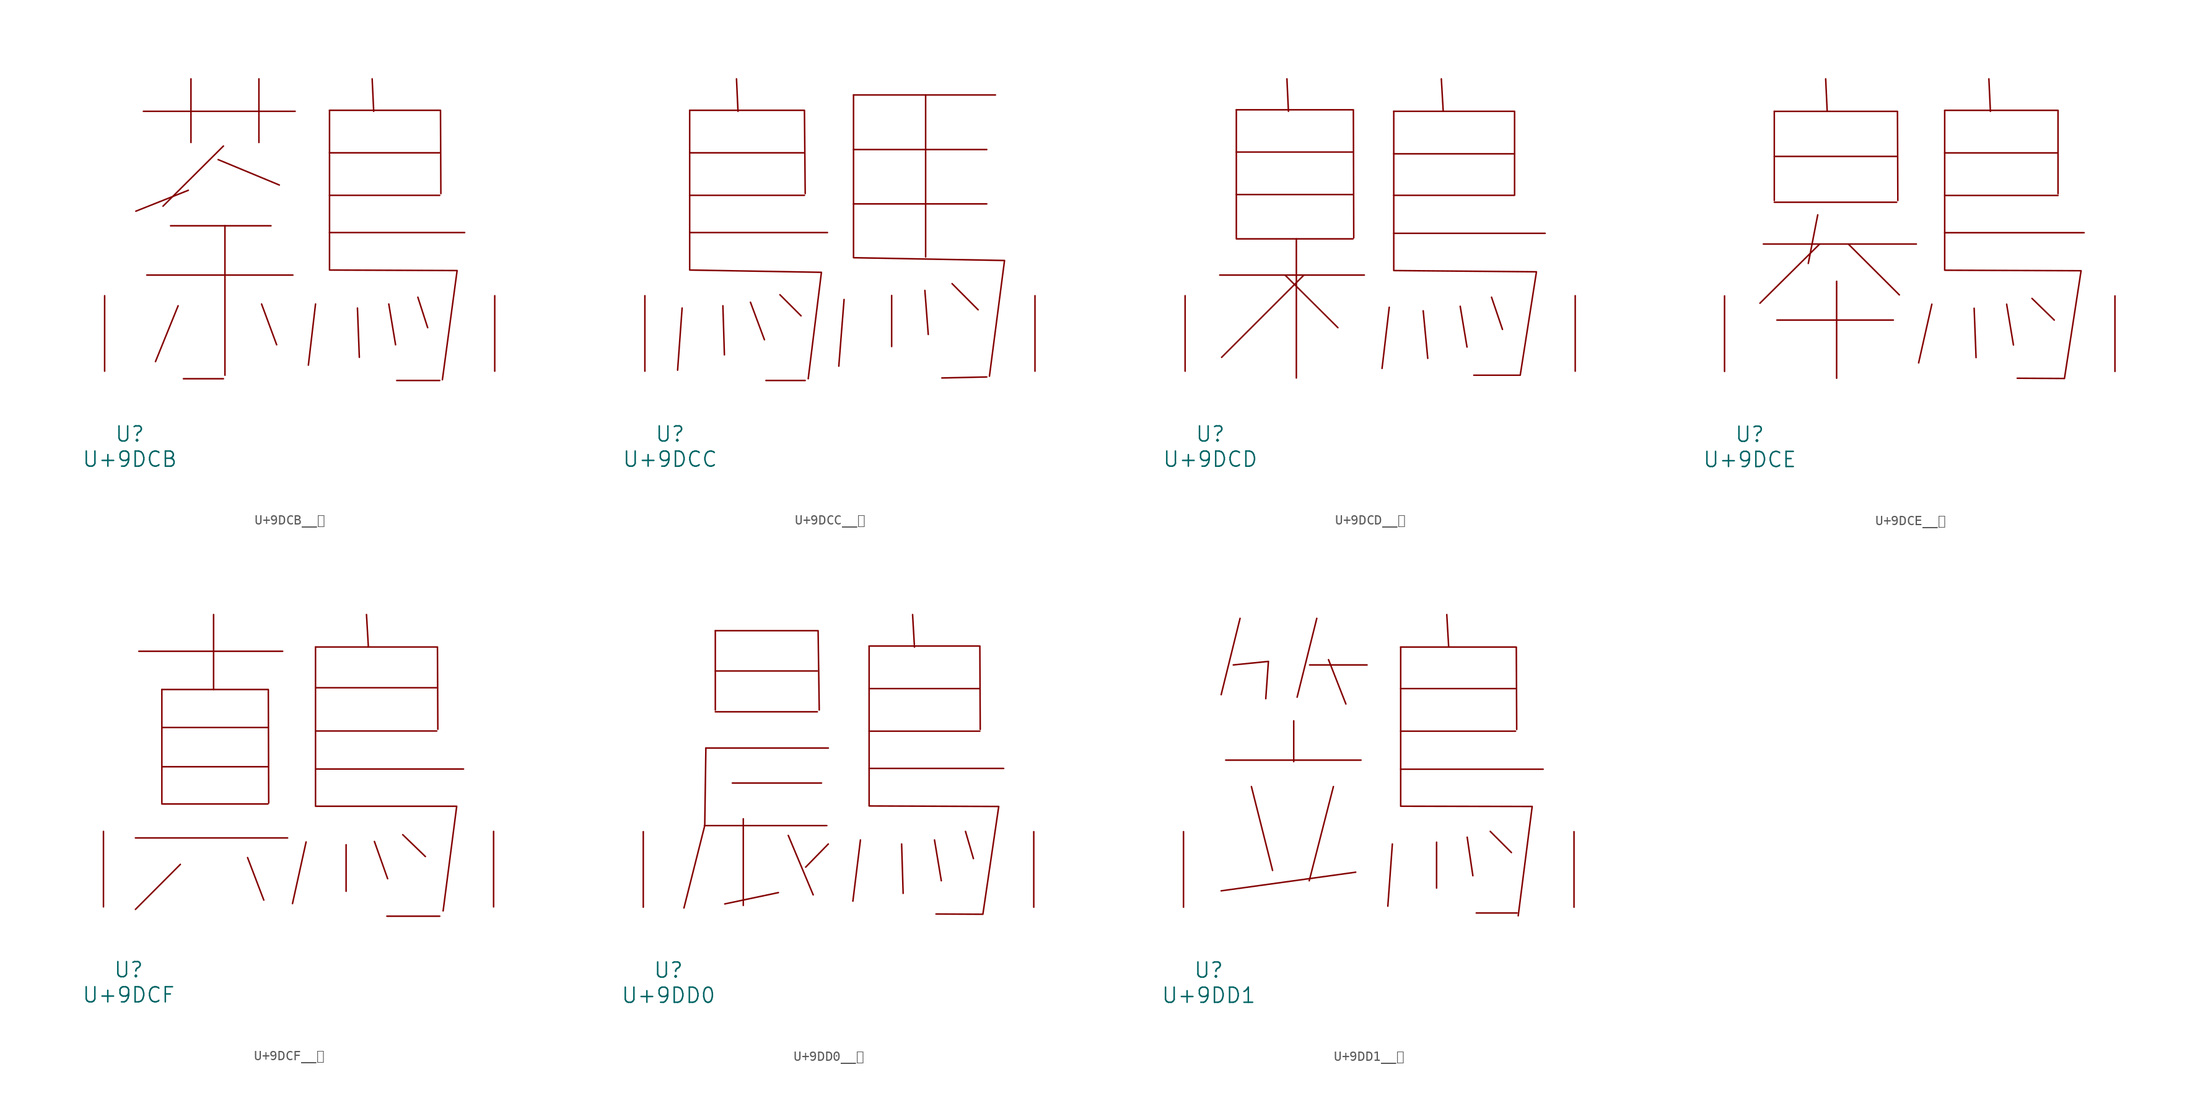
<source format=kicad_sym>
(kicad_symbol_lib
  (version 20231120)
  (generator "kicad_symbol_editor")
  (generator_version "8.0")
  (symbol "U+9DCB__鷋"
    (pin_names
      (offset 1.016))
    (property "Reference" "U"
      (at 0 -6.35 0)
      (effects (font (size 1.524 1.524))))
    (property "Value" "U+9DCB"
      (at 0 -8.89 0)
      (effects (font (size 1.524 1.524))))
    (symbol "U+9DCB__鷋_0_1"
      (polyline (pts (xy 1.372 26.238) (xy 16.688 26.238)) (stroke (width 0) (type solid)) (fill (type none)))
      (polyline (pts (xy 1.714 9.703) (xy 16.459 9.703)) (stroke (width 0) (type solid)) (fill (type none)))
      (polyline (pts (xy 4.115 14.681) (xy 14.249 14.681)) (stroke (width 0) (type solid)) (fill (type none)))
      (polyline (pts (xy 4.877 6.604) (xy 2.591 0.965)) (stroke (width 0) (type solid)) (fill (type none)))
      (polyline (pts (xy 5.41 -0.762) (xy 9.449 -0.762)) (stroke (width 0) (type solid)) (fill (type none)))
      (polyline (pts (xy 5.905 18.263) (xy 0.61 16.154)) (stroke (width 0) (type solid)) (fill (type none)))
      (polyline (pts (xy 6.172 29.515) (xy 6.172 23.089)) (stroke (width 0) (type solid)) (fill (type none)))
      (polyline (pts (xy 8.915 21.361) (xy 15.088 18.796)) (stroke (width 0) (type solid)) (fill (type none)))
      (polyline (pts (xy 9.449 22.733) (xy 3.353 16.662)) (stroke (width 0) (type solid)) (fill (type none)))
      (polyline (pts (xy 9.601 14.681) (xy 9.601 -0.406)) (stroke (width 0) (type solid)) (fill (type none)))
      (polyline (pts (xy 13.03 29.515) (xy 13.03 23.089)) (stroke (width 0) (type solid)) (fill (type none)))
      (polyline (pts (xy 13.297 6.782) (xy 14.821 2.667)) (stroke (width 0) (type solid)) (fill (type none)))
      (polyline (pts (xy 18.745 6.782) (xy 18.021 0.61)) (stroke (width 0) (type solid)) (fill (type none)))
      (polyline (pts (xy 20.155 13.995) (xy 33.795 13.995)) (stroke (width 0) (type solid)) (fill (type none)))
      (polyline (pts (xy 20.155 17.755) (xy 31.28 17.755)) (stroke (width 0) (type solid)) (fill (type none)))
      (polyline (pts (xy 20.155 22.047) (xy 31.28 22.047)) (stroke (width 0) (type solid)) (fill (type none)))
      (polyline (pts (xy 22.974 6.375) (xy 23.165 1.397)) (stroke (width 0) (type solid)) (fill (type none)))
      (polyline (pts (xy 24.46 29.515) (xy 24.613 26.238)) (stroke (width 0) (type solid)) (fill (type none)))
      (polyline (pts (xy 26.137 6.782) (xy 26.822 2.667)) (stroke (width 0) (type solid)) (fill (type none)))
      (polyline (pts (xy 26.937 -0.94) (xy 31.28 -0.94)) (stroke (width 0) (type solid)) (fill (type none)))
      (polyline (pts (xy 29.07 7.468) (xy 30.061 4.394)) (stroke (width 0) (type solid)) (fill (type none)))
      (polyline (pts (xy 20.155 26.34) (xy 31.356 26.34) (xy 31.394 17.932)) (stroke (width 0) (type solid)) (fill (type none)))
      (polyline (pts (xy 20.155 26.34) (xy 20.155 10.211) (xy 33.033 10.16) (xy 31.547 -0.864)) (stroke (width 0) (type solid)) (fill (type none)))
      (pin input line (at -2.54 0 90) (length 7.62) (name "~" (effects (font (size 1.27 1.27)))) (number "~" (effects (font (size 1.27 1.27)))))
      (pin input line (at 36.83 0 90) (length 7.62) (name "~" (effects (font (size 1.27 1.27)))) (number "~" (effects (font (size 1.27 1.27)))))))
  (symbol "U+9DCC__鷌"
    (pin_names
      (offset 1.016))
    (property "Reference" "U"
      (at 0 -6.35 0)
      (effects (font (size 1.524 1.524))))
    (property "Value" "U+9DCC"
      (at 0 -8.89 0)
      (effects (font (size 1.524 1.524))))
    (symbol "U+9DCC__鷌_0_1"
      (polyline (pts (xy 1.219 6.375) (xy 0.762 0.102)) (stroke (width 0) (type solid)) (fill (type none)))
      (polyline (pts (xy 1.981 13.995) (xy 15.888 13.995)) (stroke (width 0) (type solid)) (fill (type none)))
      (polyline (pts (xy 1.981 17.755) (xy 13.564 17.755)) (stroke (width 0) (type solid)) (fill (type none)))
      (polyline (pts (xy 1.981 22.047) (xy 13.564 22.047)) (stroke (width 0) (type solid)) (fill (type none)))
      (polyline (pts (xy 5.334 6.604) (xy 5.486 1.651)) (stroke (width 0) (type solid)) (fill (type none)))
      (polyline (pts (xy 6.706 29.515) (xy 6.858 26.238)) (stroke (width 0) (type solid)) (fill (type none)))
      (polyline (pts (xy 8.115 6.96) (xy 9.525 3.175)) (stroke (width 0) (type solid)) (fill (type none)))
      (polyline (pts (xy 9.677 -0.94) (xy 13.64 -0.94)) (stroke (width 0) (type solid)) (fill (type none)))
      (polyline (pts (xy 11.087 7.722) (xy 13.221 5.588)) (stroke (width 0) (type solid)) (fill (type none)))
      (polyline (pts (xy 17.564 7.239) (xy 17.031 0.508)) (stroke (width 0) (type solid)) (fill (type none)))
      (polyline (pts (xy 18.517 16.891) (xy 31.966 16.891)) (stroke (width 0) (type solid)) (fill (type none)))
      (polyline (pts (xy 18.517 22.377) (xy 31.966 22.377)) (stroke (width 0) (type solid)) (fill (type none)))
      (polyline (pts (xy 18.517 27.889) (xy 32.842 27.889)) (stroke (width 0) (type solid)) (fill (type none)))
      (polyline (pts (xy 22.365 7.645) (xy 22.365 2.489)) (stroke (width 0) (type solid)) (fill (type none)))
      (polyline (pts (xy 25.718 8.153) (xy 26.06 3.708)) (stroke (width 0) (type solid)) (fill (type none)))
      (polyline (pts (xy 25.794 27.889) (xy 25.794 11.532)) (stroke (width 0) (type solid)) (fill (type none)))
      (polyline (pts (xy 28.461 8.839) (xy 31.09 6.198)) (stroke (width 0) (type solid)) (fill (type none)))
      (polyline (pts (xy 31.966 -0.584) (xy 27.432 -0.686)) (stroke (width 0) (type solid)) (fill (type none)))
      (polyline (pts (xy 1.981 26.34) (xy 13.564 26.34) (xy 13.64 17.932)) (stroke (width 0) (type solid)) (fill (type none)))
      (polyline (pts (xy 1.981 26.34) (xy 1.981 10.211) (xy 15.278 9.982) (xy 13.945 -0.762)) (stroke (width 0) (type solid)) (fill (type none)))
      (polyline (pts (xy 18.517 27.889) (xy 18.517 11.455) (xy 33.757 11.176) (xy 32.233 -0.508)) (stroke (width 0) (type solid)) (fill (type none)))
      (pin input line (at -2.54 0 90) (length 7.62) (name "~" (effects (font (size 1.27 1.27)))) (number "~" (effects (font (size 1.27 1.27)))))
      (pin input line (at 36.83 0 90) (length 7.62) (name "~" (effects (font (size 1.27 1.27)))) (number "~" (effects (font (size 1.27 1.27)))))))
  (symbol "U+9DCD__鷍"
    (pin_names
      (offset 1.016))
    (property "Reference" "U"
      (at 0 -6.35 0)
      (effects (font (size 1.524 1.524))))
    (property "Value" "U+9DCD"
      (at 0 -8.89 0)
      (effects (font (size 1.524 1.524))))
    (symbol "U+9DCD__鷍_0_1"
      (polyline (pts (xy 0.953 9.703) (xy 15.545 9.703)) (stroke (width 0) (type solid)) (fill (type none)))
      (polyline (pts (xy 2.629 13.36) (xy 14.402 13.36)) (stroke (width 0) (type solid)) (fill (type none)))
      (polyline (pts (xy 2.629 17.831) (xy 14.402 17.831)) (stroke (width 0) (type solid)) (fill (type none)))
      (polyline (pts (xy 2.629 22.123) (xy 14.402 22.123)) (stroke (width 0) (type solid)) (fill (type none)))
      (polyline (pts (xy 2.629 26.391) (xy 2.629 13.462)) (stroke (width 0) (type solid)) (fill (type none)))
      (polyline (pts (xy 7.544 9.703) (xy 12.878 4.394)) (stroke (width 0) (type solid)) (fill (type none)))
      (polyline (pts (xy 7.734 29.515) (xy 7.887 26.238)) (stroke (width 0) (type solid)) (fill (type none)))
      (polyline (pts (xy 8.687 13.36) (xy 8.687 -0.686)) (stroke (width 0) (type solid)) (fill (type none)))
      (polyline (pts (xy 9.449 9.703) (xy 1.143 1.397)) (stroke (width 0) (type solid)) (fill (type none)))
      (polyline (pts (xy 18.059 6.452) (xy 17.335 0.279)) (stroke (width 0) (type solid)) (fill (type none)))
      (polyline (pts (xy 18.517 13.919) (xy 33.795 13.919)) (stroke (width 0) (type solid)) (fill (type none)))
      (polyline (pts (xy 18.517 17.755) (xy 30.709 17.755)) (stroke (width 0) (type solid)) (fill (type none)))
      (polyline (pts (xy 18.517 21.946) (xy 30.709 21.946)) (stroke (width 0) (type solid)) (fill (type none)))
      (polyline (pts (xy 21.488 6.096) (xy 21.946 1.295)) (stroke (width 0) (type solid)) (fill (type none)))
      (polyline (pts (xy 23.317 29.515) (xy 23.508 26.238)) (stroke (width 0) (type solid)) (fill (type none)))
      (polyline (pts (xy 25.222 6.553) (xy 25.908 2.438)) (stroke (width 0) (type solid)) (fill (type none)))
      (polyline (pts (xy 28.384 7.468) (xy 29.489 4.216)) (stroke (width 0) (type solid)) (fill (type none)))
      (polyline (pts (xy 2.629 26.391) (xy 14.44 26.391) (xy 14.478 13.462)) (stroke (width 0) (type solid)) (fill (type none)))
      (polyline (pts (xy 18.517 26.238) (xy 30.709 26.238) (xy 30.709 17.831)) (stroke (width 0) (type solid)) (fill (type none)))
      (polyline (pts (xy 18.517 26.238) (xy 18.517 10.16) (xy 32.918 10.033) (xy 31.28 -0.406) (xy 26.594 -0.406)) (stroke (width 0) (type solid)) (fill (type none)))
      (pin input line (at -2.54 0 90) (length 7.62) (name "~" (effects (font (size 1.27 1.27)))) (number "~" (effects (font (size 1.27 1.27)))))
      (pin input line (at 36.83 0 90) (length 7.62) (name "~" (effects (font (size 1.27 1.27)))) (number "~" (effects (font (size 1.27 1.27)))))))
  (symbol "U+9DCE__鷎"
    (pin_names
      (offset 1.016))
    (property "Reference" "U"
      (at 0 -6.35 0)
      (effects (font (size 1.524 1.524))))
    (property "Value" "U+9DCE"
      (at 0 -8.89 0)
      (effects (font (size 1.524 1.524))))
    (symbol "U+9DCE__鷎_0_1"
      (polyline (pts (xy 1.372 12.852) (xy 16.802 12.852)) (stroke (width 0) (type solid)) (fill (type none)))
      (polyline (pts (xy 2.477 17.069) (xy 14.821 17.069)) (stroke (width 0) (type solid)) (fill (type none)))
      (polyline (pts (xy 2.477 21.692) (xy 14.821 21.692)) (stroke (width 0) (type solid)) (fill (type none)))
      (polyline (pts (xy 2.477 26.238) (xy 2.477 17.247)) (stroke (width 0) (type solid)) (fill (type none)))
      (polyline (pts (xy 2.743 5.182) (xy 14.478 5.182)) (stroke (width 0) (type solid)) (fill (type none)))
      (polyline (pts (xy 6.858 15.799) (xy 5.905 10.897)) (stroke (width 0) (type solid)) (fill (type none)))
      (polyline (pts (xy 7.048 12.852) (xy 1.029 6.883)) (stroke (width 0) (type solid)) (fill (type none)))
      (polyline (pts (xy 7.658 29.515) (xy 7.811 26.238)) (stroke (width 0) (type solid)) (fill (type none)))
      (polyline (pts (xy 8.763 9.093) (xy 8.763 -0.686)) (stroke (width 0) (type solid)) (fill (type none)))
      (polyline (pts (xy 9.944 12.852) (xy 15.088 7.722)) (stroke (width 0) (type solid)) (fill (type none)))
      (polyline (pts (xy 18.364 6.782) (xy 17.031 0.864)) (stroke (width 0) (type solid)) (fill (type none)))
      (polyline (pts (xy 19.66 13.995) (xy 33.718 13.995)) (stroke (width 0) (type solid)) (fill (type none)))
      (polyline (pts (xy 19.66 17.755) (xy 31.09 17.755)) (stroke (width 0) (type solid)) (fill (type none)))
      (polyline (pts (xy 19.66 22.047) (xy 31.09 22.047)) (stroke (width 0) (type solid)) (fill (type none)))
      (polyline (pts (xy 22.631 6.375) (xy 22.822 1.397)) (stroke (width 0) (type solid)) (fill (type none)))
      (polyline (pts (xy 24.117 29.515) (xy 24.27 26.238)) (stroke (width 0) (type solid)) (fill (type none)))
      (polyline (pts (xy 25.908 6.782) (xy 26.594 2.667)) (stroke (width 0) (type solid)) (fill (type none)))
      (polyline (pts (xy 28.461 7.366) (xy 30.709 5.182)) (stroke (width 0) (type solid)) (fill (type none)))
      (polyline (pts (xy 2.477 26.238) (xy 14.897 26.238) (xy 14.935 17.247)) (stroke (width 0) (type solid)) (fill (type none)))
      (polyline (pts (xy 19.66 26.34) (xy 31.09 26.34) (xy 31.09 17.932)) (stroke (width 0) (type solid)) (fill (type none)))
      (polyline (pts (xy 19.66 26.34) (xy 19.66 10.211) (xy 33.414 10.16) (xy 31.737 -0.711) (xy 26.975 -0.686)) (stroke (width 0) (type solid)) (fill (type none)))
      (pin input line (at -2.54 0 90) (length 7.62) (name "~" (effects (font (size 1.27 1.27)))) (number "~" (effects (font (size 1.27 1.27)))))
      (pin input line (at 36.83 0 90) (length 7.62) (name "~" (effects (font (size 1.27 1.27)))) (number "~" (effects (font (size 1.27 1.27)))))))
  (symbol "U+9DCF__鷏"
    (pin_names
      (offset 1.016))
    (property "Reference" "U"
      (at 0 -6.35 0)
      (effects (font (size 1.524 1.524))))
    (property "Value" "U+9DCF"
      (at 0 -8.89 0)
      (effects (font (size 1.524 1.524))))
    (symbol "U+9DCF__鷏_0_1"
      (polyline (pts (xy 0.686 6.96) (xy 16.04 6.96)) (stroke (width 0) (type solid)) (fill (type none)))
      (polyline (pts (xy 1.029 25.806) (xy 15.545 25.806)) (stroke (width 0) (type solid)) (fill (type none)))
      (polyline (pts (xy 3.353 10.389) (xy 14.059 10.389)) (stroke (width 0) (type solid)) (fill (type none)))
      (polyline (pts (xy 3.353 14.148) (xy 14.059 14.148)) (stroke (width 0) (type solid)) (fill (type none)))
      (polyline (pts (xy 3.353 18.11) (xy 14.059 18.11)) (stroke (width 0) (type solid)) (fill (type none)))
      (polyline (pts (xy 3.353 21.946) (xy 3.353 10.49)) (stroke (width 0) (type solid)) (fill (type none)))
      (polyline (pts (xy 5.22 4.293) (xy 0.686 -0.254)) (stroke (width 0) (type solid)) (fill (type none)))
      (polyline (pts (xy 8.572 29.515) (xy 8.572 21.946)) (stroke (width 0) (type solid)) (fill (type none)))
      (polyline (pts (xy 12.002 4.978) (xy 13.64 0.686)) (stroke (width 0) (type solid)) (fill (type none)))
      (polyline (pts (xy 17.907 6.553) (xy 16.535 0.33)) (stroke (width 0) (type solid)) (fill (type none)))
      (polyline (pts (xy 18.86 13.919) (xy 33.795 13.919)) (stroke (width 0) (type solid)) (fill (type none)))
      (polyline (pts (xy 18.86 17.755) (xy 31.09 17.755)) (stroke (width 0) (type solid)) (fill (type none)))
      (polyline (pts (xy 18.86 22.123) (xy 31.09 22.123)) (stroke (width 0) (type solid)) (fill (type none)))
      (polyline (pts (xy 21.946 6.274) (xy 21.946 1.575)) (stroke (width 0) (type solid)) (fill (type none)))
      (polyline (pts (xy 24.003 29.515) (xy 24.194 26.238)) (stroke (width 0) (type solid)) (fill (type none)))
      (polyline (pts (xy 24.803 6.604) (xy 26.137 2.845)) (stroke (width 0) (type solid)) (fill (type none)))
      (polyline (pts (xy 26.06 -0.94) (xy 31.394 -0.94)) (stroke (width 0) (type solid)) (fill (type none)))
      (polyline (pts (xy 27.661 7.29) (xy 29.947 5.08)) (stroke (width 0) (type solid)) (fill (type none)))
      (polyline (pts (xy 3.353 21.946) (xy 14.097 21.946) (xy 14.135 10.49)) (stroke (width 0) (type solid)) (fill (type none)))
      (polyline (pts (xy 18.86 26.238) (xy 31.166 26.238) (xy 31.204 17.932)) (stroke (width 0) (type solid)) (fill (type none)))
      (polyline (pts (xy 18.86 26.238) (xy 18.86 10.16) (xy 33.109 10.16) (xy 31.737 -0.406)) (stroke (width 0) (type solid)) (fill (type none)))
      (pin input line (at -2.54 0 90) (length 7.62) (name "~" (effects (font (size 1.27 1.27)))) (number "~" (effects (font (size 1.27 1.27)))))
      (pin input line (at 36.83 0 90) (length 7.62) (name "~" (effects (font (size 1.27 1.27)))) (number "~" (effects (font (size 1.27 1.27)))))))
  (symbol "U+9DD0__鷐"
    (pin_names
      (offset 1.016))
    (property "Reference" "U"
      (at 0 -6.35 0)
      (effects (font (size 1.524 1.524))))
    (property "Value" "U+9DD0"
      (at 0 -8.89 0)
      (effects (font (size 1.524 1.524))))
    (symbol "U+9DD0__鷐_0_1"
      (polyline (pts (xy 3.619 8.23) (xy 15.964 8.23)) (stroke (width 0) (type solid)) (fill (type none)))
      (polyline (pts (xy 3.772 16.053) (xy 16.116 16.053)) (stroke (width 0) (type solid)) (fill (type none)))
      (polyline (pts (xy 4.724 19.71) (xy 15.011 19.71)) (stroke (width 0) (type solid)) (fill (type none)))
      (polyline (pts (xy 4.724 23.825) (xy 15.011 23.825)) (stroke (width 0) (type solid)) (fill (type none)))
      (polyline (pts (xy 4.724 27.889) (xy 4.724 19.888)) (stroke (width 0) (type solid)) (fill (type none)))
      (polyline (pts (xy 6.439 12.522) (xy 15.431 12.522)) (stroke (width 0) (type solid)) (fill (type none)))
      (polyline (pts (xy 7.544 8.915) (xy 7.544 0.178)) (stroke (width 0) (type solid)) (fill (type none)))
      (polyline (pts (xy 11.087 1.473) (xy 5.677 0.33)) (stroke (width 0) (type solid)) (fill (type none)))
      (polyline (pts (xy 12.078 7.239) (xy 14.592 1.245)) (stroke (width 0) (type solid)) (fill (type none)))
      (polyline (pts (xy 16.116 6.375) (xy 13.83 4.039)) (stroke (width 0) (type solid)) (fill (type none)))
      (polyline (pts (xy 19.355 6.782) (xy 18.593 0.61)) (stroke (width 0) (type solid)) (fill (type none)))
      (polyline (pts (xy 20.231 13.995) (xy 33.795 13.995)) (stroke (width 0) (type solid)) (fill (type none)))
      (polyline (pts (xy 20.231 17.755) (xy 31.394 17.755)) (stroke (width 0) (type solid)) (fill (type none)))
      (polyline (pts (xy 20.231 22.047) (xy 31.394 22.047)) (stroke (width 0) (type solid)) (fill (type none)))
      (polyline (pts (xy 23.508 6.375) (xy 23.66 1.397)) (stroke (width 0) (type solid)) (fill (type none)))
      (polyline (pts (xy 24.613 29.515) (xy 24.803 26.238)) (stroke (width 0) (type solid)) (fill (type none)))
      (polyline (pts (xy 26.822 6.782) (xy 27.508 2.667)) (stroke (width 0) (type solid)) (fill (type none)))
      (polyline (pts (xy 29.947 7.645) (xy 30.747 4.902)) (stroke (width 0) (type solid)) (fill (type none)))
      (polyline (pts (xy 3.772 16.053) (xy 3.658 8.23) (xy 1.562 -0.076)) (stroke (width 0) (type solid)) (fill (type none)))
      (polyline (pts (xy 4.724 27.889) (xy 15.088 27.889) (xy 15.202 19.888)) (stroke (width 0) (type solid)) (fill (type none)))
      (polyline (pts (xy 20.231 26.34) (xy 31.394 26.34) (xy 31.433 17.932)) (stroke (width 0) (type solid)) (fill (type none)))
      (polyline (pts (xy 20.231 26.34) (xy 20.231 10.211) (xy 33.299 10.16) (xy 31.699 -0.711) (xy 26.975 -0.686)) (stroke (width 0) (type solid)) (fill (type none)))
      (pin input line (at -2.54 0 90) (length 7.62) (name "~" (effects (font (size 1.27 1.27)))) (number "~" (effects (font (size 1.27 1.27)))))
      (pin input line (at 36.83 0 90) (length 7.62) (name "~" (effects (font (size 1.27 1.27)))) (number "~" (effects (font (size 1.27 1.27)))))))
  (symbol "U+9DD1__鷑"
    (pin_names
      (offset 1.016))
    (property "Reference" "U"
      (at 0 -6.35 0)
      (effects (font (size 1.524 1.524))))
    (property "Value" "U+9DD1"
      (at 0 -8.89 0)
      (effects (font (size 1.524 1.524))))
    (symbol "U+9DD1__鷑_0_1"
      (polyline (pts (xy 1.714 14.834) (xy 15.354 14.834)) (stroke (width 0) (type solid)) (fill (type none)))
      (polyline (pts (xy 3.162 29.134) (xy 1.257 21.438)) (stroke (width 0) (type solid)) (fill (type none)))
      (polyline (pts (xy 4.305 12.167) (xy 6.439 3.708)) (stroke (width 0) (type solid)) (fill (type none)))
      (polyline (pts (xy 8.572 18.796) (xy 8.572 14.681)) (stroke (width 0) (type solid)) (fill (type none)))
      (polyline (pts (xy 10.173 24.435) (xy 15.964 24.435)) (stroke (width 0) (type solid)) (fill (type none)))
      (polyline (pts (xy 10.897 29.134) (xy 8.915 21.184)) (stroke (width 0) (type solid)) (fill (type none)))
      (polyline (pts (xy 12.078 24.968) (xy 13.83 20.498)) (stroke (width 0) (type solid)) (fill (type none)))
      (polyline (pts (xy 12.573 12.167) (xy 10.135 2.667)) (stroke (width 0) (type solid)) (fill (type none)))
      (polyline (pts (xy 14.821 3.531) (xy 1.257 1.651)) (stroke (width 0) (type solid)) (fill (type none)))
      (polyline (pts (xy 18.517 6.375) (xy 18.059 0.102)) (stroke (width 0) (type solid)) (fill (type none)))
      (polyline (pts (xy 19.355 13.919) (xy 33.718 13.919)) (stroke (width 0) (type solid)) (fill (type none)))
      (polyline (pts (xy 19.355 17.755) (xy 30.937 17.755)) (stroke (width 0) (type solid)) (fill (type none)))
      (polyline (pts (xy 19.355 22.047) (xy 30.937 22.047)) (stroke (width 0) (type solid)) (fill (type none)))
      (polyline (pts (xy 22.974 6.553) (xy 22.974 1.93)) (stroke (width 0) (type solid)) (fill (type none)))
      (polyline (pts (xy 24.003 29.515) (xy 24.194 26.238)) (stroke (width 0) (type solid)) (fill (type none)))
      (polyline (pts (xy 26.06 7.061) (xy 26.632 3.175)) (stroke (width 0) (type solid)) (fill (type none)))
      (polyline (pts (xy 28.384 7.645) (xy 30.518 5.512)) (stroke (width 0) (type solid)) (fill (type none)))
      (polyline (pts (xy 31.09 -0.584) (xy 26.975 -0.584)) (stroke (width 0) (type solid)) (fill (type none)))
      (polyline (pts (xy 2.477 24.435) (xy 6.02 24.79) (xy 5.753 21.031)) (stroke (width 0) (type solid)) (fill (type none)))
      (polyline (pts (xy 19.355 26.238) (xy 31.013 26.238) (xy 31.052 17.932)) (stroke (width 0) (type solid)) (fill (type none)))
      (polyline (pts (xy 19.355 26.238) (xy 19.355 10.185) (xy 32.614 10.16) (xy 31.204 -0.864)) (stroke (width 0) (type solid)) (fill (type none)))
      (pin input line (at -2.54 0 90) (length 7.62) (name "~" (effects (font (size 1.27 1.27)))) (number "~" (effects (font (size 1.27 1.27)))))
      (pin input line (at 36.83 0 90) (length 7.62) (name "~" (effects (font (size 1.27 1.27)))) (number "~" (effects (font (size 1.27 1.27))))))))
</source>
